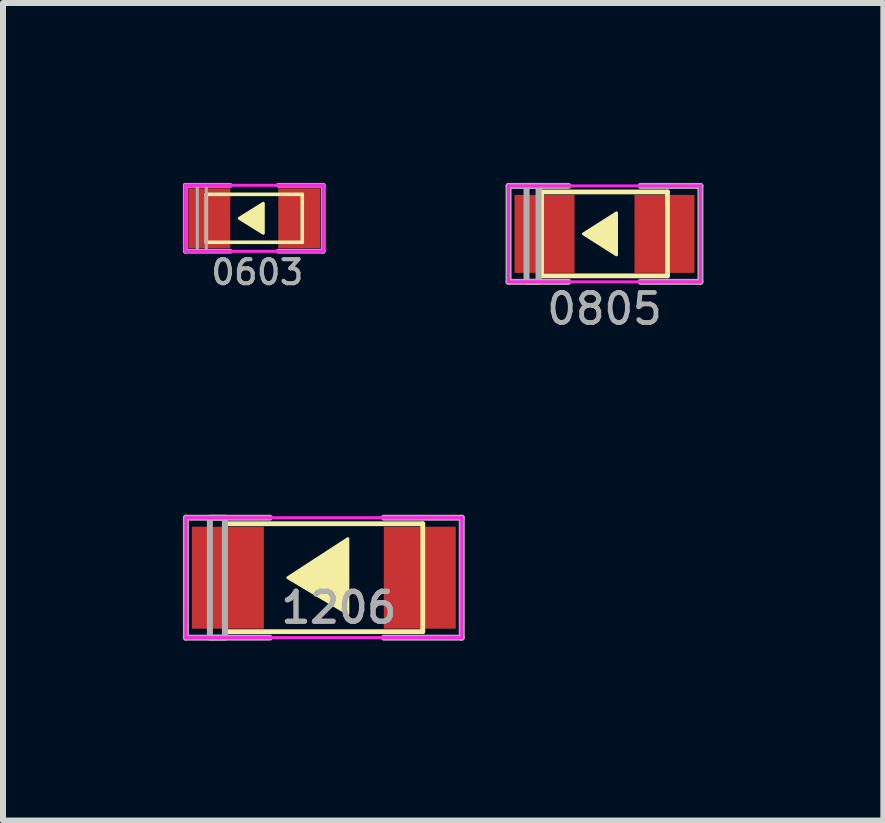
<source format=kicad_pcb>
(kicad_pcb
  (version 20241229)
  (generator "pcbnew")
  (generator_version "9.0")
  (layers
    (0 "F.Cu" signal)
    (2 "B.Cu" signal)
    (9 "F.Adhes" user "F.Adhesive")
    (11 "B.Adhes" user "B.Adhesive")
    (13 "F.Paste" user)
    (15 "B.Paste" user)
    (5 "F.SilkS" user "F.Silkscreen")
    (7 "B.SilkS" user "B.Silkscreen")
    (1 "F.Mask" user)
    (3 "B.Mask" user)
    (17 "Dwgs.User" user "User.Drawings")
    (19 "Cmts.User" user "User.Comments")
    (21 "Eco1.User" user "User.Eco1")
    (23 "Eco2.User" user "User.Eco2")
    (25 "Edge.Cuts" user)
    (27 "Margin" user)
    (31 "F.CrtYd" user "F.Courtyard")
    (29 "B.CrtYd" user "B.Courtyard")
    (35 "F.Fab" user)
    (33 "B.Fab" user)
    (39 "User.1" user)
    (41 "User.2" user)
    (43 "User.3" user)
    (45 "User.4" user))
  (footprint "0603"
    (layer "F.Cu")
    (at 1.19 0.59)
    (property "Reference" "0603" (at 0.05 0.9 0) (layer "F.Fab") (effects (font (size 0.4 0.4) (thickness 0.07))))
    (attr smd)
    (fp_line (start -0.8 -0.4) (end -0.8 0.4) (stroke (width 0.06) (type solid)) (layer "F.SilkS"))
    (fp_line (start -0.8 0.4) (end 0.8 0.4) (stroke (width 0.06) (type solid)) (layer "F.SilkS"))
    (fp_line (start 0.8 -0.4) (end -0.8 -0.4) (stroke (width 0.06) (type solid)) (layer "F.SilkS"))
    (fp_line (start 0.8 0.4) (end 0.8 -0.4) (stroke (width 0.06) (type solid)) (layer "F.SilkS"))
    (fp_poly (pts (xy 0.15 0.25) (xy -0.25 0) (xy 0.15 -0.25)) (stroke (width 0.05) (type solid)) (fill yes) (layer "F.SilkS"))
    (fp_line (start -1.15 -0.55) (end 1.15 -0.55) (stroke (width 0.05) (type solid)) (layer "F.CrtYd"))
    (fp_line (start -1.15 0.55) (end -1.15 -0.55) (stroke (width 0.05) (type solid)) (layer "F.CrtYd"))
    (fp_line (start 1.15 -0.55) (end 1.15 0.55) (stroke (width 0.05) (type solid)) (layer "F.CrtYd"))
    (fp_line (start 1.15 0.55) (end -1.15 0.55) (stroke (width 0.05) (type solid)) (layer "F.CrtYd"))
    (fp_line (start -1.15 -0.55) (end -1.15 0.55) (stroke (width 0.08) (type solid)) (layer "F.Fab"))
    (fp_line (start -1.15 0.55) (end -0.4 0.55) (stroke (width 0.08) (type solid)) (layer "F.Fab"))
    (fp_line (start -0.4 -0.55) (end -1.15 -0.55) (stroke (width 0.08) (type solid)) (layer "F.Fab"))
    (fp_line (start 0.4 -0.55) (end 1.15 -0.55) (stroke (width 0.08) (type solid)) (layer "F.Fab"))
    (fp_line (start 1.15 -0.55) (end 1.15 0.55) (stroke (width 0.08) (type solid)) (layer "F.Fab"))
    (fp_line (start 1.15 0.55) (end 0.4 0.55) (stroke (width 0.08) (type solid)) (layer "F.Fab"))
    (fp_poly (pts (xy -0.8 0.55) (xy -0.95 0.55) (xy -0.95 -0.55) (xy -0.8 -0.55)) (stroke (width 0.05) (type solid)) (fill no) (layer "F.Fab"))
    (pad "1" smd rect (at -0.75 0) (size 0.7 1) (layers "F.Cu" "F.Mask" "F.Paste"))
    (pad "2" smd rect (at 0.75 0) (size 0.7 1) (layers "F.Cu" "F.Mask" "F.Paste")))
  (footprint "0805"
    (layer "F.Cu")
    (at 7.03 0.85)
    (property "Reference" "0805" (at 0 1.25 0) (layer "F.Fab") (effects (font (size 0.5 0.5) (thickness 0.08))))
    (attr smd)
    (fp_line (start -1.05 -0.7) (end -1.05 0.7) (stroke (width 0.08) (type solid)) (layer "F.SilkS"))
    (fp_line (start -1.05 0.7) (end 1.05 0.7) (stroke (width 0.08) (type solid)) (layer "F.SilkS"))
    (fp_line (start 1.05 -0.7) (end -1.05 -0.7) (stroke (width 0.08) (type solid)) (layer "F.SilkS"))
    (fp_line (start 1.05 0.7) (end 1.05 -0.7) (stroke (width 0.08) (type solid)) (layer "F.SilkS"))
    (fp_poly (pts (xy 0.2 0.35) (xy -0.35 0) (xy 0.2 -0.35)) (stroke (width 0.05) (type solid)) (fill yes) (layer "F.SilkS"))
    (fp_line (start -1.6 -0.8) (end 1.6 -0.8) (stroke (width 0.05) (type solid)) (layer "F.CrtYd"))
    (fp_line (start -1.6 0.8) (end -1.6 -0.8) (stroke (width 0.05) (type solid)) (layer "F.CrtYd"))
    (fp_line (start 1.6 -0.8) (end 1.6 0.8) (stroke (width 0.05) (type solid)) (layer "F.CrtYd"))
    (fp_line (start 1.6 0.8) (end -1.6 0.8) (stroke (width 0.05) (type solid)) (layer "F.CrtYd"))
    (fp_line (start -1.6 -0.8) (end -0.6 -0.8) (stroke (width 0.1) (type solid)) (layer "F.Fab"))
    (fp_line (start -1.6 0.8) (end -1.6 -0.8) (stroke (width 0.1) (type solid)) (layer "F.Fab"))
    (fp_line (start -0.6 0.8) (end -1.6 0.8) (stroke (width 0.1) (type solid)) (layer "F.Fab"))
    (fp_line (start 0.6 -0.8) (end 1.6 -0.8) (stroke (width 0.1) (type solid)) (layer "F.Fab"))
    (fp_line (start 1.6 -0.8) (end 1.6 0.8) (stroke (width 0.1) (type solid)) (layer "F.Fab"))
    (fp_line (start 1.6 0.8) (end 0.6 0.8) (stroke (width 0.1) (type solid)) (layer "F.Fab"))
    (fp_poly (pts (xy -1.1 0.8) (xy -1.3 0.8) (xy -1.3 -0.8) (xy -1.1 -0.8)) (stroke (width 0.1) (type solid)) (fill no) (layer "F.Fab"))
    (pad "1" smd rect (at -1 0) (size 1 1.3) (layers "F.Cu" "F.Mask" "F.Paste"))
    (pad "2" smd rect (at 1 0) (size 1 1.3) (layers "F.Cu" "F.Mask" "F.Paste")))
  (footprint "1206"
    (layer "F.Cu")
    (at 2.35 6.583)
    (property "Reference" "1206" (at 0.25 0.5 0) (layer "F.Fab") (effects (font (size 0.5 0.5) (thickness 0.09))))
    (attr smd)
    (fp_line (start -1.65 -0.9) (end 1.65 -0.9) (stroke (width 0.08) (type solid)) (layer "F.SilkS"))
    (fp_line (start -1.65 0.9) (end -1.65 -0.9) (stroke (width 0.08) (type solid)) (layer "F.SilkS"))
    (fp_line (start -1.65 0.9) (end 1.65 0.9) (stroke (width 0.08) (type solid)) (layer "F.SilkS"))
    (fp_line (start 1.65 0.9) (end 1.65 -0.9) (stroke (width 0.08) (type solid)) (layer "F.SilkS"))
    (fp_poly (pts (xy 0.4 0.6) (xy -0.6 0) (xy 0.4 -0.65)) (stroke (width 0.05) (type solid)) (fill yes) (layer "F.SilkS"))
    (fp_line (start -2.3 -1) (end 2.3 -1) (stroke (width 0.05) (type solid)) (layer "F.CrtYd"))
    (fp_line (start -2.3 1) (end -2.3 -1) (stroke (width 0.05) (type solid)) (layer "F.CrtYd"))
    (fp_line (start 2.3 -1) (end 2.3 1) (stroke (width 0.05) (type solid)) (layer "F.CrtYd"))
    (fp_line (start 2.3 1) (end -2.3 1) (stroke (width 0.05) (type solid)) (layer "F.CrtYd"))
    (fp_line (start -2.3 -1) (end -2.3 1) (stroke (width 0.1) (type solid)) (layer "F.Fab"))
    (fp_line (start -2.3 1) (end -0.9 1) (stroke (width 0.1) (type solid)) (layer "F.Fab"))
    (fp_line (start -0.9 -1) (end -2.3 -1) (stroke (width 0.1) (type solid)) (layer "F.Fab"))
    (fp_line (start 1 -1) (end 2.3 -1) (stroke (width 0.1) (type solid)) (layer "F.Fab"))
    (fp_line (start 2.3 -1) (end 2.3 1) (stroke (width 0.1) (type solid)) (layer "F.Fab"))
    (fp_line (start 2.3 1) (end 1 1) (stroke (width 0.1) (type solid)) (layer "F.Fab"))
    (fp_poly (pts (xy -1.65 1) (xy -1.9 1) (xy -1.9 -1) (xy -1.65 -1)) (stroke (width 0.1) (type solid)) (fill no) (layer "F.Fab"))
    (pad "1" smd rect (at -1.6 0) (size 1.2 1.7) (layers "F.Cu" "F.Mask" "F.Paste"))
    (pad "2" smd rect (at 1.6 0) (size 1.2 1.7) (layers "F.Cu" "F.Mask" "F.Paste")))
  (gr_rect
    (start -3 -3)
    (end 11.68 10.633)
    (stroke (width 0.1) (type default))
    (fill no)
    (layer "Edge.Cuts")))
</source>
